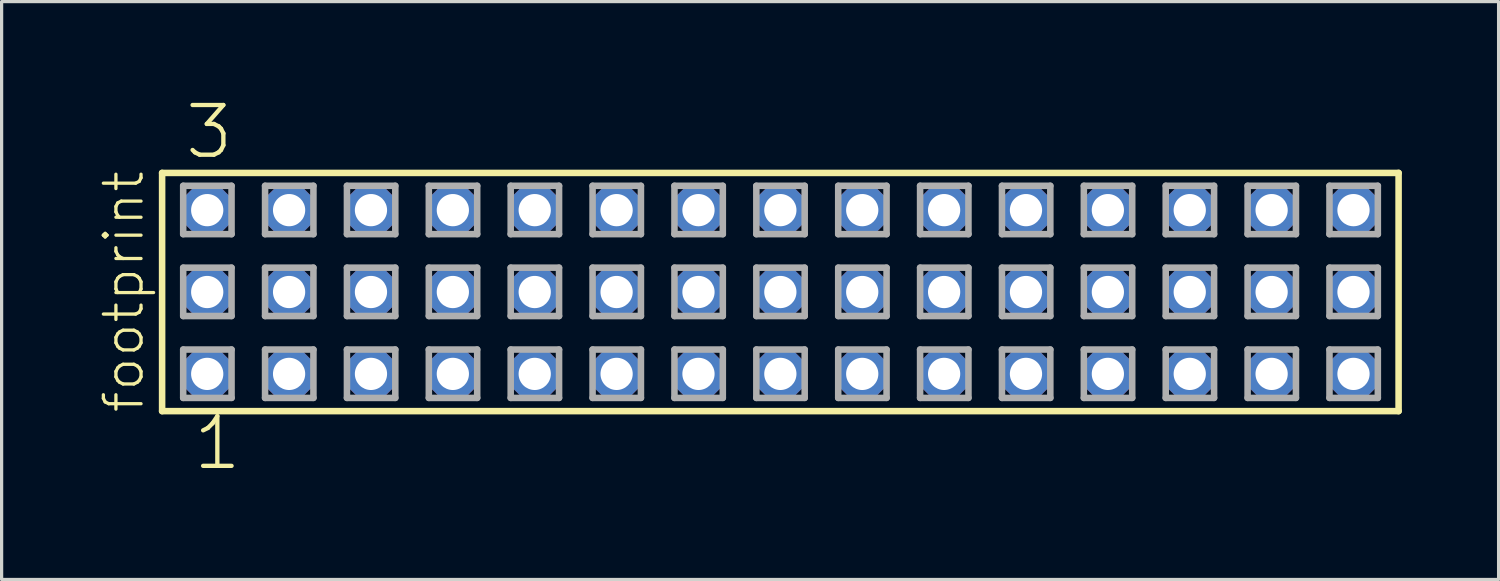
<source format=kicad_pcb>
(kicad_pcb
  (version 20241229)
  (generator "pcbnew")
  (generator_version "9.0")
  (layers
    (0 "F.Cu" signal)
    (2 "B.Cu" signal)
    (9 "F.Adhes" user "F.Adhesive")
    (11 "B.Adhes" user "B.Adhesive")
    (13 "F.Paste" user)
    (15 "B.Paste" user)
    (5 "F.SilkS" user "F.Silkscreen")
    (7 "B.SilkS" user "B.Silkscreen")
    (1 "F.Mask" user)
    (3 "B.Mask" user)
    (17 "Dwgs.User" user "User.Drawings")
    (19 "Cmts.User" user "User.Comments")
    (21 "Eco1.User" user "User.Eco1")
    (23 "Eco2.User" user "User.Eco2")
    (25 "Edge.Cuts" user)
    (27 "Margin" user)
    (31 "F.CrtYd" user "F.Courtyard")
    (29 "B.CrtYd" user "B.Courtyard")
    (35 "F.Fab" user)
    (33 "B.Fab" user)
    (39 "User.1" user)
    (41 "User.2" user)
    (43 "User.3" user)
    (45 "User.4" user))
  (footprint "footprint"
    (layer "F.Cu")
    (at 21.158 6.009)
    (property "Reference" "footprint" (at -19.685 3.81 90) (layer "F.SilkS") (effects (font (size 1.168 1.168) (thickness 0.102)) (justify left bottom)))
    (fp_line (start -19.179 -3.695) (end 19.179 -3.695) (stroke (width 0.203) (type solid)) (layer "F.SilkS"))
    (fp_line (start -19.179 3.695) (end -19.179 -3.695) (stroke (width 0.203) (type solid)) (layer "F.SilkS"))
    (fp_line (start 19.179 -3.695) (end 19.179 3.695) (stroke (width 0.203) (type solid)) (layer "F.SilkS"))
    (fp_line (start 19.179 3.695) (end -19.179 3.695) (stroke (width 0.203) (type solid)) (layer "F.SilkS"))
    (fp_line (start -18.525 -3.295) (end -17.025 -3.295) (stroke (width 0.203) (type solid)) (layer "F.Fab"))
    (fp_line (start -18.525 -1.795) (end -18.525 -3.295) (stroke (width 0.203) (type solid)) (layer "F.Fab"))
    (fp_line (start -18.525 -0.755) (end -17.025 -0.755) (stroke (width 0.203) (type solid)) (layer "F.Fab"))
    (fp_line (start -18.525 0.745) (end -18.525 -0.755) (stroke (width 0.203) (type solid)) (layer "F.Fab"))
    (fp_line (start -18.525 1.785) (end -17.025 1.785) (stroke (width 0.203) (type solid)) (layer "F.Fab"))
    (fp_line (start -18.525 3.285) (end -18.525 1.785) (stroke (width 0.203) (type solid)) (layer "F.Fab"))
    (fp_line (start -17.025 -3.295) (end -17.025 -1.795) (stroke (width 0.203) (type solid)) (layer "F.Fab"))
    (fp_line (start -17.025 -1.795) (end -18.525 -1.795) (stroke (width 0.203) (type solid)) (layer "F.Fab"))
    (fp_line (start -17.025 -0.755) (end -17.025 0.745) (stroke (width 0.203) (type solid)) (layer "F.Fab"))
    (fp_line (start -17.025 0.745) (end -18.525 0.745) (stroke (width 0.203) (type solid)) (layer "F.Fab"))
    (fp_line (start -17.025 1.785) (end -17.025 3.285) (stroke (width 0.203) (type solid)) (layer "F.Fab"))
    (fp_line (start -17.025 3.285) (end -18.525 3.285) (stroke (width 0.203) (type solid)) (layer "F.Fab"))
    (fp_line (start -15.985 -3.295) (end -14.485 -3.295) (stroke (width 0.203) (type solid)) (layer "F.Fab"))
    (fp_line (start -15.985 -1.795) (end -15.985 -3.295) (stroke (width 0.203) (type solid)) (layer "F.Fab"))
    (fp_line (start -15.985 -0.755) (end -14.485 -0.755) (stroke (width 0.203) (type solid)) (layer "F.Fab"))
    (fp_line (start -15.985 0.745) (end -15.985 -0.755) (stroke (width 0.203) (type solid)) (layer "F.Fab"))
    (fp_line (start -15.985 1.785) (end -14.485 1.785) (stroke (width 0.203) (type solid)) (layer "F.Fab"))
    (fp_line (start -15.985 3.285) (end -15.985 1.785) (stroke (width 0.203) (type solid)) (layer "F.Fab"))
    (fp_line (start -14.485 -3.295) (end -14.485 -1.795) (stroke (width 0.203) (type solid)) (layer "F.Fab"))
    (fp_line (start -14.485 -1.795) (end -15.985 -1.795) (stroke (width 0.203) (type solid)) (layer "F.Fab"))
    (fp_line (start -14.485 -0.755) (end -14.485 0.745) (stroke (width 0.203) (type solid)) (layer "F.Fab"))
    (fp_line (start -14.485 0.745) (end -15.985 0.745) (stroke (width 0.203) (type solid)) (layer "F.Fab"))
    (fp_line (start -14.485 1.785) (end -14.485 3.285) (stroke (width 0.203) (type solid)) (layer "F.Fab"))
    (fp_line (start -14.485 3.285) (end -15.985 3.285) (stroke (width 0.203) (type solid)) (layer "F.Fab"))
    (fp_line (start -13.445 -3.295) (end -11.945 -3.295) (stroke (width 0.203) (type solid)) (layer "F.Fab"))
    (fp_line (start -13.445 -1.795) (end -13.445 -3.295) (stroke (width 0.203) (type solid)) (layer "F.Fab"))
    (fp_line (start -13.445 -0.755) (end -11.945 -0.755) (stroke (width 0.203) (type solid)) (layer "F.Fab"))
    (fp_line (start -13.445 0.745) (end -13.445 -0.755) (stroke (width 0.203) (type solid)) (layer "F.Fab"))
    (fp_line (start -13.445 1.785) (end -11.945 1.785) (stroke (width 0.203) (type solid)) (layer "F.Fab"))
    (fp_line (start -13.445 3.285) (end -13.445 1.785) (stroke (width 0.203) (type solid)) (layer "F.Fab"))
    (fp_line (start -11.945 -3.295) (end -11.945 -1.795) (stroke (width 0.203) (type solid)) (layer "F.Fab"))
    (fp_line (start -11.945 -1.795) (end -13.445 -1.795) (stroke (width 0.203) (type solid)) (layer "F.Fab"))
    (fp_line (start -11.945 -0.755) (end -11.945 0.745) (stroke (width 0.203) (type solid)) (layer "F.Fab"))
    (fp_line (start -11.945 0.745) (end -13.445 0.745) (stroke (width 0.203) (type solid)) (layer "F.Fab"))
    (fp_line (start -11.945 1.785) (end -11.945 3.285) (stroke (width 0.203) (type solid)) (layer "F.Fab"))
    (fp_line (start -11.945 3.285) (end -13.445 3.285) (stroke (width 0.203) (type solid)) (layer "F.Fab"))
    (fp_line (start -10.905 -3.295) (end -9.405 -3.295) (stroke (width 0.203) (type solid)) (layer "F.Fab"))
    (fp_line (start -10.905 -1.795) (end -10.905 -3.295) (stroke (width 0.203) (type solid)) (layer "F.Fab"))
    (fp_line (start -10.905 -0.755) (end -9.405 -0.755) (stroke (width 0.203) (type solid)) (layer "F.Fab"))
    (fp_line (start -10.905 0.745) (end -10.905 -0.755) (stroke (width 0.203) (type solid)) (layer "F.Fab"))
    (fp_line (start -10.905 1.785) (end -9.405 1.785) (stroke (width 0.203) (type solid)) (layer "F.Fab"))
    (fp_line (start -10.905 3.285) (end -10.905 1.785) (stroke (width 0.203) (type solid)) (layer "F.Fab"))
    (fp_line (start -9.405 -3.295) (end -9.405 -1.795) (stroke (width 0.203) (type solid)) (layer "F.Fab"))
    (fp_line (start -9.405 -1.795) (end -10.905 -1.795) (stroke (width 0.203) (type solid)) (layer "F.Fab"))
    (fp_line (start -9.405 -0.755) (end -9.405 0.745) (stroke (width 0.203) (type solid)) (layer "F.Fab"))
    (fp_line (start -9.405 0.745) (end -10.905 0.745) (stroke (width 0.203) (type solid)) (layer "F.Fab"))
    (fp_line (start -9.405 1.785) (end -9.405 3.285) (stroke (width 0.203) (type solid)) (layer "F.Fab"))
    (fp_line (start -9.405 3.285) (end -10.905 3.285) (stroke (width 0.203) (type solid)) (layer "F.Fab"))
    (fp_line (start -8.365 -3.295) (end -6.865 -3.295) (stroke (width 0.203) (type solid)) (layer "F.Fab"))
    (fp_line (start -8.365 -1.795) (end -8.365 -3.295) (stroke (width 0.203) (type solid)) (layer "F.Fab"))
    (fp_line (start -8.365 -0.755) (end -6.865 -0.755) (stroke (width 0.203) (type solid)) (layer "F.Fab"))
    (fp_line (start -8.365 0.745) (end -8.365 -0.755) (stroke (width 0.203) (type solid)) (layer "F.Fab"))
    (fp_line (start -8.365 1.785) (end -6.865 1.785) (stroke (width 0.203) (type solid)) (layer "F.Fab"))
    (fp_line (start -8.365 3.285) (end -8.365 1.785) (stroke (width 0.203) (type solid)) (layer "F.Fab"))
    (fp_line (start -6.865 -3.295) (end -6.865 -1.795) (stroke (width 0.203) (type solid)) (layer "F.Fab"))
    (fp_line (start -6.865 -1.795) (end -8.365 -1.795) (stroke (width 0.203) (type solid)) (layer "F.Fab"))
    (fp_line (start -6.865 -0.755) (end -6.865 0.745) (stroke (width 0.203) (type solid)) (layer "F.Fab"))
    (fp_line (start -6.865 0.745) (end -8.365 0.745) (stroke (width 0.203) (type solid)) (layer "F.Fab"))
    (fp_line (start -6.865 1.785) (end -6.865 3.285) (stroke (width 0.203) (type solid)) (layer "F.Fab"))
    (fp_line (start -6.865 3.285) (end -8.365 3.285) (stroke (width 0.203) (type solid)) (layer "F.Fab"))
    (fp_line (start -5.825 -3.295) (end -4.325 -3.295) (stroke (width 0.203) (type solid)) (layer "F.Fab"))
    (fp_line (start -5.825 -1.795) (end -5.825 -3.295) (stroke (width 0.203) (type solid)) (layer "F.Fab"))
    (fp_line (start -5.825 -0.755) (end -4.325 -0.755) (stroke (width 0.203) (type solid)) (layer "F.Fab"))
    (fp_line (start -5.825 0.745) (end -5.825 -0.755) (stroke (width 0.203) (type solid)) (layer "F.Fab"))
    (fp_line (start -5.825 1.785) (end -4.325 1.785) (stroke (width 0.203) (type solid)) (layer "F.Fab"))
    (fp_line (start -5.825 3.285) (end -5.825 1.785) (stroke (width 0.203) (type solid)) (layer "F.Fab"))
    (fp_line (start -4.325 -3.295) (end -4.325 -1.795) (stroke (width 0.203) (type solid)) (layer "F.Fab"))
    (fp_line (start -4.325 -1.795) (end -5.825 -1.795) (stroke (width 0.203) (type solid)) (layer "F.Fab"))
    (fp_line (start -4.325 -0.755) (end -4.325 0.745) (stroke (width 0.203) (type solid)) (layer "F.Fab"))
    (fp_line (start -4.325 0.745) (end -5.825 0.745) (stroke (width 0.203) (type solid)) (layer "F.Fab"))
    (fp_line (start -4.325 1.785) (end -4.325 3.285) (stroke (width 0.203) (type solid)) (layer "F.Fab"))
    (fp_line (start -4.325 3.285) (end -5.825 3.285) (stroke (width 0.203) (type solid)) (layer "F.Fab"))
    (fp_line (start -3.285 -3.295) (end -1.785 -3.295) (stroke (width 0.203) (type solid)) (layer "F.Fab"))
    (fp_line (start -3.285 -1.795) (end -3.285 -3.295) (stroke (width 0.203) (type solid)) (layer "F.Fab"))
    (fp_line (start -3.285 -0.755) (end -1.785 -0.755) (stroke (width 0.203) (type solid)) (layer "F.Fab"))
    (fp_line (start -3.285 0.745) (end -3.285 -0.755) (stroke (width 0.203) (type solid)) (layer "F.Fab"))
    (fp_line (start -3.285 1.785) (end -1.785 1.785) (stroke (width 0.203) (type solid)) (layer "F.Fab"))
    (fp_line (start -3.285 3.285) (end -3.285 1.785) (stroke (width 0.203) (type solid)) (layer "F.Fab"))
    (fp_line (start -1.785 -3.295) (end -1.785 -1.795) (stroke (width 0.203) (type solid)) (layer "F.Fab"))
    (fp_line (start -1.785 -1.795) (end -3.285 -1.795) (stroke (width 0.203) (type solid)) (layer "F.Fab"))
    (fp_line (start -1.785 -0.755) (end -1.785 0.745) (stroke (width 0.203) (type solid)) (layer "F.Fab"))
    (fp_line (start -1.785 0.745) (end -3.285 0.745) (stroke (width 0.203) (type solid)) (layer "F.Fab"))
    (fp_line (start -1.785 1.785) (end -1.785 3.285) (stroke (width 0.203) (type solid)) (layer "F.Fab"))
    (fp_line (start -1.785 3.285) (end -3.285 3.285) (stroke (width 0.203) (type solid)) (layer "F.Fab"))
    (fp_line (start -0.745 -3.295) (end 0.755 -3.295) (stroke (width 0.203) (type solid)) (layer "F.Fab"))
    (fp_line (start -0.745 -1.795) (end -0.745 -3.295) (stroke (width 0.203) (type solid)) (layer "F.Fab"))
    (fp_line (start -0.745 -0.755) (end 0.755 -0.755) (stroke (width 0.203) (type solid)) (layer "F.Fab"))
    (fp_line (start -0.745 0.745) (end -0.745 -0.755) (stroke (width 0.203) (type solid)) (layer "F.Fab"))
    (fp_line (start -0.745 1.785) (end 0.755 1.785) (stroke (width 0.203) (type solid)) (layer "F.Fab"))
    (fp_line (start -0.745 3.285) (end -0.745 1.785) (stroke (width 0.203) (type solid)) (layer "F.Fab"))
    (fp_line (start 0.755 -3.295) (end 0.755 -1.795) (stroke (width 0.203) (type solid)) (layer "F.Fab"))
    (fp_line (start 0.755 -1.795) (end -0.745 -1.795) (stroke (width 0.203) (type solid)) (layer "F.Fab"))
    (fp_line (start 0.755 -0.755) (end 0.755 0.745) (stroke (width 0.203) (type solid)) (layer "F.Fab"))
    (fp_line (start 0.755 0.745) (end -0.745 0.745) (stroke (width 0.203) (type solid)) (layer "F.Fab"))
    (fp_line (start 0.755 1.785) (end 0.755 3.285) (stroke (width 0.203) (type solid)) (layer "F.Fab"))
    (fp_line (start 0.755 3.285) (end -0.745 3.285) (stroke (width 0.203) (type solid)) (layer "F.Fab"))
    (fp_line (start 1.795 -3.295) (end 3.295 -3.295) (stroke (width 0.203) (type solid)) (layer "F.Fab"))
    (fp_line (start 1.795 -1.795) (end 1.795 -3.295) (stroke (width 0.203) (type solid)) (layer "F.Fab"))
    (fp_line (start 1.795 -0.755) (end 3.295 -0.755) (stroke (width 0.203) (type solid)) (layer "F.Fab"))
    (fp_line (start 1.795 0.745) (end 1.795 -0.755) (stroke (width 0.203) (type solid)) (layer "F.Fab"))
    (fp_line (start 1.795 1.785) (end 3.295 1.785) (stroke (width 0.203) (type solid)) (layer "F.Fab"))
    (fp_line (start 1.795 3.285) (end 1.795 1.785) (stroke (width 0.203) (type solid)) (layer "F.Fab"))
    (fp_line (start 3.295 -3.295) (end 3.295 -1.795) (stroke (width 0.203) (type solid)) (layer "F.Fab"))
    (fp_line (start 3.295 -1.795) (end 1.795 -1.795) (stroke (width 0.203) (type solid)) (layer "F.Fab"))
    (fp_line (start 3.295 -0.755) (end 3.295 0.745) (stroke (width 0.203) (type solid)) (layer "F.Fab"))
    (fp_line (start 3.295 0.745) (end 1.795 0.745) (stroke (width 0.203) (type solid)) (layer "F.Fab"))
    (fp_line (start 3.295 1.785) (end 3.295 3.285) (stroke (width 0.203) (type solid)) (layer "F.Fab"))
    (fp_line (start 3.295 3.285) (end 1.795 3.285) (stroke (width 0.203) (type solid)) (layer "F.Fab"))
    (fp_line (start 4.335 -3.295) (end 5.835 -3.295) (stroke (width 0.203) (type solid)) (layer "F.Fab"))
    (fp_line (start 4.335 -1.795) (end 4.335 -3.295) (stroke (width 0.203) (type solid)) (layer "F.Fab"))
    (fp_line (start 4.335 -0.755) (end 5.835 -0.755) (stroke (width 0.203) (type solid)) (layer "F.Fab"))
    (fp_line (start 4.335 0.745) (end 4.335 -0.755) (stroke (width 0.203) (type solid)) (layer "F.Fab"))
    (fp_line (start 4.335 1.785) (end 5.835 1.785) (stroke (width 0.203) (type solid)) (layer "F.Fab"))
    (fp_line (start 4.335 3.285) (end 4.335 1.785) (stroke (width 0.203) (type solid)) (layer "F.Fab"))
    (fp_line (start 5.835 -3.295) (end 5.835 -1.795) (stroke (width 0.203) (type solid)) (layer "F.Fab"))
    (fp_line (start 5.835 -1.795) (end 4.335 -1.795) (stroke (width 0.203) (type solid)) (layer "F.Fab"))
    (fp_line (start 5.835 -0.755) (end 5.835 0.745) (stroke (width 0.203) (type solid)) (layer "F.Fab"))
    (fp_line (start 5.835 0.745) (end 4.335 0.745) (stroke (width 0.203) (type solid)) (layer "F.Fab"))
    (fp_line (start 5.835 1.785) (end 5.835 3.285) (stroke (width 0.203) (type solid)) (layer "F.Fab"))
    (fp_line (start 5.835 3.285) (end 4.335 3.285) (stroke (width 0.203) (type solid)) (layer "F.Fab"))
    (fp_line (start 6.875 -3.295) (end 8.375 -3.295) (stroke (width 0.203) (type solid)) (layer "F.Fab"))
    (fp_line (start 6.875 -1.795) (end 6.875 -3.295) (stroke (width 0.203) (type solid)) (layer "F.Fab"))
    (fp_line (start 6.875 -0.755) (end 8.375 -0.755) (stroke (width 0.203) (type solid)) (layer "F.Fab"))
    (fp_line (start 6.875 0.745) (end 6.875 -0.755) (stroke (width 0.203) (type solid)) (layer "F.Fab"))
    (fp_line (start 6.875 1.785) (end 8.375 1.785) (stroke (width 0.203) (type solid)) (layer "F.Fab"))
    (fp_line (start 6.875 3.285) (end 6.875 1.785) (stroke (width 0.203) (type solid)) (layer "F.Fab"))
    (fp_line (start 8.375 -3.295) (end 8.375 -1.795) (stroke (width 0.203) (type solid)) (layer "F.Fab"))
    (fp_line (start 8.375 -1.795) (end 6.875 -1.795) (stroke (width 0.203) (type solid)) (layer "F.Fab"))
    (fp_line (start 8.375 -0.755) (end 8.375 0.745) (stroke (width 0.203) (type solid)) (layer "F.Fab"))
    (fp_line (start 8.375 0.745) (end 6.875 0.745) (stroke (width 0.203) (type solid)) (layer "F.Fab"))
    (fp_line (start 8.375 1.785) (end 8.375 3.285) (stroke (width 0.203) (type solid)) (layer "F.Fab"))
    (fp_line (start 8.375 3.285) (end 6.875 3.285) (stroke (width 0.203) (type solid)) (layer "F.Fab"))
    (fp_line (start 9.415 -3.295) (end 10.915 -3.295) (stroke (width 0.203) (type solid)) (layer "F.Fab"))
    (fp_line (start 9.415 -1.795) (end 9.415 -3.295) (stroke (width 0.203) (type solid)) (layer "F.Fab"))
    (fp_line (start 9.415 -0.755) (end 10.915 -0.755) (stroke (width 0.203) (type solid)) (layer "F.Fab"))
    (fp_line (start 9.415 0.745) (end 9.415 -0.755) (stroke (width 0.203) (type solid)) (layer "F.Fab"))
    (fp_line (start 9.415 1.785) (end 10.915 1.785) (stroke (width 0.203) (type solid)) (layer "F.Fab"))
    (fp_line (start 9.415 3.285) (end 9.415 1.785) (stroke (width 0.203) (type solid)) (layer "F.Fab"))
    (fp_line (start 10.915 -3.295) (end 10.915 -1.795) (stroke (width 0.203) (type solid)) (layer "F.Fab"))
    (fp_line (start 10.915 -1.795) (end 9.415 -1.795) (stroke (width 0.203) (type solid)) (layer "F.Fab"))
    (fp_line (start 10.915 -0.755) (end 10.915 0.745) (stroke (width 0.203) (type solid)) (layer "F.Fab"))
    (fp_line (start 10.915 0.745) (end 9.415 0.745) (stroke (width 0.203) (type solid)) (layer "F.Fab"))
    (fp_line (start 10.915 1.785) (end 10.915 3.285) (stroke (width 0.203) (type solid)) (layer "F.Fab"))
    (fp_line (start 10.915 3.285) (end 9.415 3.285) (stroke (width 0.203) (type solid)) (layer "F.Fab"))
    (fp_line (start 11.955 -3.295) (end 13.455 -3.295) (stroke (width 0.203) (type solid)) (layer "F.Fab"))
    (fp_line (start 11.955 -1.795) (end 11.955 -3.295) (stroke (width 0.203) (type solid)) (layer "F.Fab"))
    (fp_line (start 11.955 -0.755) (end 13.455 -0.755) (stroke (width 0.203) (type solid)) (layer "F.Fab"))
    (fp_line (start 11.955 0.745) (end 11.955 -0.755) (stroke (width 0.203) (type solid)) (layer "F.Fab"))
    (fp_line (start 11.955 1.785) (end 13.455 1.785) (stroke (width 0.203) (type solid)) (layer "F.Fab"))
    (fp_line (start 11.955 3.285) (end 11.955 1.785) (stroke (width 0.203) (type solid)) (layer "F.Fab"))
    (fp_line (start 13.455 -3.295) (end 13.455 -1.795) (stroke (width 0.203) (type solid)) (layer "F.Fab"))
    (fp_line (start 13.455 -1.795) (end 11.955 -1.795) (stroke (width 0.203) (type solid)) (layer "F.Fab"))
    (fp_line (start 13.455 -0.755) (end 13.455 0.745) (stroke (width 0.203) (type solid)) (layer "F.Fab"))
    (fp_line (start 13.455 0.745) (end 11.955 0.745) (stroke (width 0.203) (type solid)) (layer "F.Fab"))
    (fp_line (start 13.455 1.785) (end 13.455 3.285) (stroke (width 0.203) (type solid)) (layer "F.Fab"))
    (fp_line (start 13.455 3.285) (end 11.955 3.285) (stroke (width 0.203) (type solid)) (layer "F.Fab"))
    (fp_line (start 14.495 -3.295) (end 15.995 -3.295) (stroke (width 0.203) (type solid)) (layer "F.Fab"))
    (fp_line (start 14.495 -1.795) (end 14.495 -3.295) (stroke (width 0.203) (type solid)) (layer "F.Fab"))
    (fp_line (start 14.495 -0.755) (end 15.995 -0.755) (stroke (width 0.203) (type solid)) (layer "F.Fab"))
    (fp_line (start 14.495 0.745) (end 14.495 -0.755) (stroke (width 0.203) (type solid)) (layer "F.Fab"))
    (fp_line (start 14.495 1.785) (end 15.995 1.785) (stroke (width 0.203) (type solid)) (layer "F.Fab"))
    (fp_line (start 14.495 3.285) (end 14.495 1.785) (stroke (width 0.203) (type solid)) (layer "F.Fab"))
    (fp_line (start 15.995 -3.295) (end 15.995 -1.795) (stroke (width 0.203) (type solid)) (layer "F.Fab"))
    (fp_line (start 15.995 -1.795) (end 14.495 -1.795) (stroke (width 0.203) (type solid)) (layer "F.Fab"))
    (fp_line (start 15.995 -0.755) (end 15.995 0.745) (stroke (width 0.203) (type solid)) (layer "F.Fab"))
    (fp_line (start 15.995 0.745) (end 14.495 0.745) (stroke (width 0.203) (type solid)) (layer "F.Fab"))
    (fp_line (start 15.995 1.785) (end 15.995 3.285) (stroke (width 0.203) (type solid)) (layer "F.Fab"))
    (fp_line (start 15.995 3.285) (end 14.495 3.285) (stroke (width 0.203) (type solid)) (layer "F.Fab"))
    (fp_line (start 17.035 -3.295) (end 18.535 -3.295) (stroke (width 0.203) (type solid)) (layer "F.Fab"))
    (fp_line (start 17.035 -1.795) (end 17.035 -3.295) (stroke (width 0.203) (type solid)) (layer "F.Fab"))
    (fp_line (start 17.035 -0.755) (end 18.535 -0.755) (stroke (width 0.203) (type solid)) (layer "F.Fab"))
    (fp_line (start 17.035 0.745) (end 17.035 -0.755) (stroke (width 0.203) (type solid)) (layer "F.Fab"))
    (fp_line (start 17.035 1.785) (end 18.535 1.785) (stroke (width 0.203) (type solid)) (layer "F.Fab"))
    (fp_line (start 17.035 3.285) (end 17.035 1.785) (stroke (width 0.203) (type solid)) (layer "F.Fab"))
    (fp_line (start 18.535 -3.295) (end 18.535 -1.795) (stroke (width 0.203) (type solid)) (layer "F.Fab"))
    (fp_line (start 18.535 -1.795) (end 17.035 -1.795) (stroke (width 0.203) (type solid)) (layer "F.Fab"))
    (fp_line (start 18.535 -0.755) (end 18.535 0.745) (stroke (width 0.203) (type solid)) (layer "F.Fab"))
    (fp_line (start 18.535 0.745) (end 17.035 0.745) (stroke (width 0.203) (type solid)) (layer "F.Fab"))
    (fp_line (start 18.535 1.785) (end 18.535 3.285) (stroke (width 0.203) (type solid)) (layer "F.Fab"))
    (fp_line (start 18.535 3.285) (end 17.035 3.285) (stroke (width 0.203) (type solid)) (layer "F.Fab"))
    (fp_text user "3" (at -18.542 -4.064 0) (layer "F.SilkS") (effects (font (size 1.542 1.542) (thickness 0.134)) (justify left bottom)))
    (fp_text user "1" (at -18.288 5.588 0) (layer "F.SilkS") (effects (font (size 1.542 1.542) (thickness 0.134)) (justify left bottom)))
    (pad "1" thru_hole roundrect (at -17.78 2.54) (size 1.5 1.5) (drill 1) (layers "*.Cu" "*.Mask") (roundrect_rratio 0.25) (chamfer_ratio 0.25) (chamfer top_left top_right bottom_left bottom_right))
    (pad "2" thru_hole roundrect (at -17.78 0) (size 1.5 1.5) (drill 1) (layers "*.Cu" "*.Mask") (roundrect_rratio 0.25) (chamfer_ratio 0.25) (chamfer top_left top_right bottom_left bottom_right))
    (pad "3" thru_hole roundrect (at -17.78 -2.54) (size 1.5 1.5) (drill 1) (layers "*.Cu" "*.Mask") (roundrect_rratio 0.25) (chamfer_ratio 0.25) (chamfer top_left top_right bottom_left bottom_right))
    (pad "4" thru_hole roundrect (at -15.24 2.54) (size 1.5 1.5) (drill 1) (layers "*.Cu" "*.Mask") (roundrect_rratio 0.25) (chamfer_ratio 0.25) (chamfer top_left top_right bottom_left bottom_right))
    (pad "5" thru_hole roundrect (at -15.24 0) (size 1.5 1.5) (drill 1) (layers "*.Cu" "*.Mask") (roundrect_rratio 0.25) (chamfer_ratio 0.25) (chamfer top_left top_right bottom_left bottom_right))
    (pad "6" thru_hole roundrect (at -15.24 -2.54) (size 1.5 1.5) (drill 1) (layers "*.Cu" "*.Mask") (roundrect_rratio 0.25) (chamfer_ratio 0.25) (chamfer top_left top_right bottom_left bottom_right))
    (pad "7" thru_hole roundrect (at -12.7 2.54) (size 1.5 1.5) (drill 1) (layers "*.Cu" "*.Mask") (roundrect_rratio 0.25) (chamfer_ratio 0.25) (chamfer top_left top_right bottom_left bottom_right))
    (pad "8" thru_hole roundrect (at -12.7 0) (size 1.5 1.5) (drill 1) (layers "*.Cu" "*.Mask") (roundrect_rratio 0.25) (chamfer_ratio 0.25) (chamfer top_left top_right bottom_left bottom_right))
    (pad "9" thru_hole roundrect (at -12.7 -2.54) (size 1.5 1.5) (drill 1) (layers "*.Cu" "*.Mask") (roundrect_rratio 0.25) (chamfer_ratio 0.25) (chamfer top_left top_right bottom_left bottom_right))
    (pad "10" thru_hole roundrect (at -10.16 2.54) (size 1.5 1.5) (drill 1) (layers "*.Cu" "*.Mask") (roundrect_rratio 0.25) (chamfer_ratio 0.25) (chamfer top_left top_right bottom_left bottom_right))
    (pad "11" thru_hole roundrect (at -10.16 0) (size 1.5 1.5) (drill 1) (layers "*.Cu" "*.Mask") (roundrect_rratio 0.25) (chamfer_ratio 0.25) (chamfer top_left top_right bottom_left bottom_right))
    (pad "12" thru_hole roundrect (at -10.16 -2.54) (size 1.5 1.5) (drill 1) (layers "*.Cu" "*.Mask") (roundrect_rratio 0.25) (chamfer_ratio 0.25) (chamfer top_left top_right bottom_left bottom_right))
    (pad "13" thru_hole roundrect (at -7.62 2.54) (size 1.5 1.5) (drill 1) (layers "*.Cu" "*.Mask") (roundrect_rratio 0.25) (chamfer_ratio 0.25) (chamfer top_left top_right bottom_left bottom_right))
    (pad "14" thru_hole roundrect (at -7.62 0) (size 1.5 1.5) (drill 1) (layers "*.Cu" "*.Mask") (roundrect_rratio 0.25) (chamfer_ratio 0.25) (chamfer top_left top_right bottom_left bottom_right))
    (pad "15" thru_hole roundrect (at -7.62 -2.54) (size 1.5 1.5) (drill 1) (layers "*.Cu" "*.Mask") (roundrect_rratio 0.25) (chamfer_ratio 0.25) (chamfer top_left top_right bottom_left bottom_right))
    (pad "16" thru_hole roundrect (at -5.08 2.54) (size 1.5 1.5) (drill 1) (layers "*.Cu" "*.Mask") (roundrect_rratio 0.25) (chamfer_ratio 0.25) (chamfer top_left top_right bottom_left bottom_right))
    (pad "17" thru_hole roundrect (at -5.08 0) (size 1.5 1.5) (drill 1) (layers "*.Cu" "*.Mask") (roundrect_rratio 0.25) (chamfer_ratio 0.25) (chamfer top_left top_right bottom_left bottom_right))
    (pad "18" thru_hole roundrect (at -5.08 -2.54) (size 1.5 1.5) (drill 1) (layers "*.Cu" "*.Mask") (roundrect_rratio 0.25) (chamfer_ratio 0.25) (chamfer top_left top_right bottom_left bottom_right))
    (pad "19" thru_hole roundrect (at -2.54 2.54) (size 1.5 1.5) (drill 1) (layers "*.Cu" "*.Mask") (roundrect_rratio 0.25) (chamfer_ratio 0.25) (chamfer top_left top_right bottom_left bottom_right))
    (pad "20" thru_hole roundrect (at -2.54 0) (size 1.5 1.5) (drill 1) (layers "*.Cu" "*.Mask") (roundrect_rratio 0.25) (chamfer_ratio 0.25) (chamfer top_left top_right bottom_left bottom_right))
    (pad "21" thru_hole roundrect (at -2.54 -2.54) (size 1.5 1.5) (drill 1) (layers "*.Cu" "*.Mask") (roundrect_rratio 0.25) (chamfer_ratio 0.25) (chamfer top_left top_right bottom_left bottom_right))
    (pad "22" thru_hole roundrect (at 0 2.54) (size 1.5 1.5) (drill 1) (layers "*.Cu" "*.Mask") (roundrect_rratio 0.25) (chamfer_ratio 0.25) (chamfer top_left top_right bottom_left bottom_right))
    (pad "23" thru_hole roundrect (at 0 0) (size 1.5 1.5) (drill 1) (layers "*.Cu" "*.Mask") (roundrect_rratio 0.25) (chamfer_ratio 0.25) (chamfer top_left top_right bottom_left bottom_right))
    (pad "24" thru_hole roundrect (at 0 -2.54) (size 1.5 1.5) (drill 1) (layers "*.Cu" "*.Mask") (roundrect_rratio 0.25) (chamfer_ratio 0.25) (chamfer top_left top_right bottom_left bottom_right))
    (pad "25" thru_hole roundrect (at 2.54 2.54) (size 1.5 1.5) (drill 1) (layers "*.Cu" "*.Mask") (roundrect_rratio 0.25) (chamfer_ratio 0.25) (chamfer top_left top_right bottom_left bottom_right))
    (pad "26" thru_hole roundrect (at 2.54 0) (size 1.5 1.5) (drill 1) (layers "*.Cu" "*.Mask") (roundrect_rratio 0.25) (chamfer_ratio 0.25) (chamfer top_left top_right bottom_left bottom_right))
    (pad "27" thru_hole roundrect (at 2.54 -2.54) (size 1.5 1.5) (drill 1) (layers "*.Cu" "*.Mask") (roundrect_rratio 0.25) (chamfer_ratio 0.25) (chamfer top_left top_right bottom_left bottom_right))
    (pad "28" thru_hole roundrect (at 5.08 2.54) (size 1.5 1.5) (drill 1) (layers "*.Cu" "*.Mask") (roundrect_rratio 0.25) (chamfer_ratio 0.25) (chamfer top_left top_right bottom_left bottom_right))
    (pad "29" thru_hole roundrect (at 5.08 0) (size 1.5 1.5) (drill 1) (layers "*.Cu" "*.Mask") (roundrect_rratio 0.25) (chamfer_ratio 0.25) (chamfer top_left top_right bottom_left bottom_right))
    (pad "30" thru_hole roundrect (at 5.08 -2.54) (size 1.5 1.5) (drill 1) (layers "*.Cu" "*.Mask") (roundrect_rratio 0.25) (chamfer_ratio 0.25) (chamfer top_left top_right bottom_left bottom_right))
    (pad "31" thru_hole roundrect (at 7.62 2.54) (size 1.5 1.5) (drill 1) (layers "*.Cu" "*.Mask") (roundrect_rratio 0.25) (chamfer_ratio 0.25) (chamfer top_left top_right bottom_left bottom_right))
    (pad "32" thru_hole roundrect (at 7.62 0) (size 1.5 1.5) (drill 1) (layers "*.Cu" "*.Mask") (roundrect_rratio 0.25) (chamfer_ratio 0.25) (chamfer top_left top_right bottom_left bottom_right))
    (pad "33" thru_hole roundrect (at 7.62 -2.54) (size 1.5 1.5) (drill 1) (layers "*.Cu" "*.Mask") (roundrect_rratio 0.25) (chamfer_ratio 0.25) (chamfer top_left top_right bottom_left bottom_right))
    (pad "34" thru_hole roundrect (at 10.16 2.54) (size 1.5 1.5) (drill 1) (layers "*.Cu" "*.Mask") (roundrect_rratio 0.25) (chamfer_ratio 0.25) (chamfer top_left top_right bottom_left bottom_right))
    (pad "35" thru_hole roundrect (at 10.16 0) (size 1.5 1.5) (drill 1) (layers "*.Cu" "*.Mask") (roundrect_rratio 0.25) (chamfer_ratio 0.25) (chamfer top_left top_right bottom_left bottom_right))
    (pad "36" thru_hole roundrect (at 10.16 -2.54) (size 1.5 1.5) (drill 1) (layers "*.Cu" "*.Mask") (roundrect_rratio 0.25) (chamfer_ratio 0.25) (chamfer top_left top_right bottom_left bottom_right))
    (pad "37" thru_hole roundrect (at 12.7 2.54) (size 1.5 1.5) (drill 1) (layers "*.Cu" "*.Mask") (roundrect_rratio 0.25) (chamfer_ratio 0.25) (chamfer top_left top_right bottom_left bottom_right))
    (pad "38" thru_hole roundrect (at 12.7 0) (size 1.5 1.5) (drill 1) (layers "*.Cu" "*.Mask") (roundrect_rratio 0.25) (chamfer_ratio 0.25) (chamfer top_left top_right bottom_left bottom_right))
    (pad "39" thru_hole roundrect (at 12.7 -2.54) (size 1.5 1.5) (drill 1) (layers "*.Cu" "*.Mask") (roundrect_rratio 0.25) (chamfer_ratio 0.25) (chamfer top_left top_right bottom_left bottom_right))
    (pad "40" thru_hole roundrect (at 15.24 2.54) (size 1.5 1.5) (drill 1) (layers "*.Cu" "*.Mask") (roundrect_rratio 0.25) (chamfer_ratio 0.25) (chamfer top_left top_right bottom_left bottom_right))
    (pad "41" thru_hole roundrect (at 15.24 0) (size 1.5 1.5) (drill 1) (layers "*.Cu" "*.Mask") (roundrect_rratio 0.25) (chamfer_ratio 0.25) (chamfer top_left top_right bottom_left bottom_right))
    (pad "42" thru_hole roundrect (at 15.24 -2.54) (size 1.5 1.5) (drill 1) (layers "*.Cu" "*.Mask") (roundrect_rratio 0.25) (chamfer_ratio 0.25) (chamfer top_left top_right bottom_left bottom_right))
    (pad "43" thru_hole roundrect (at 17.78 2.54) (size 1.5 1.5) (drill 1) (layers "*.Cu" "*.Mask") (roundrect_rratio 0.25) (chamfer_ratio 0.25) (chamfer top_left top_right bottom_left bottom_right))
    (pad "44" thru_hole roundrect (at 17.78 0) (size 1.5 1.5) (drill 1) (layers "*.Cu" "*.Mask") (roundrect_rratio 0.25) (chamfer_ratio 0.25) (chamfer top_left top_right bottom_left bottom_right))
    (pad "45" thru_hole roundrect (at 17.78 -2.54) (size 1.5 1.5) (drill 1) (layers "*.Cu" "*.Mask") (roundrect_rratio 0.25) (chamfer_ratio 0.25) (chamfer top_left top_right bottom_left bottom_right)))
  (gr_rect
    (start -3 -3)
    (end 43.439 14.927)
    (stroke (width 0.1) (type default))
    (fill no)
    (layer "Edge.Cuts")))
</source>
